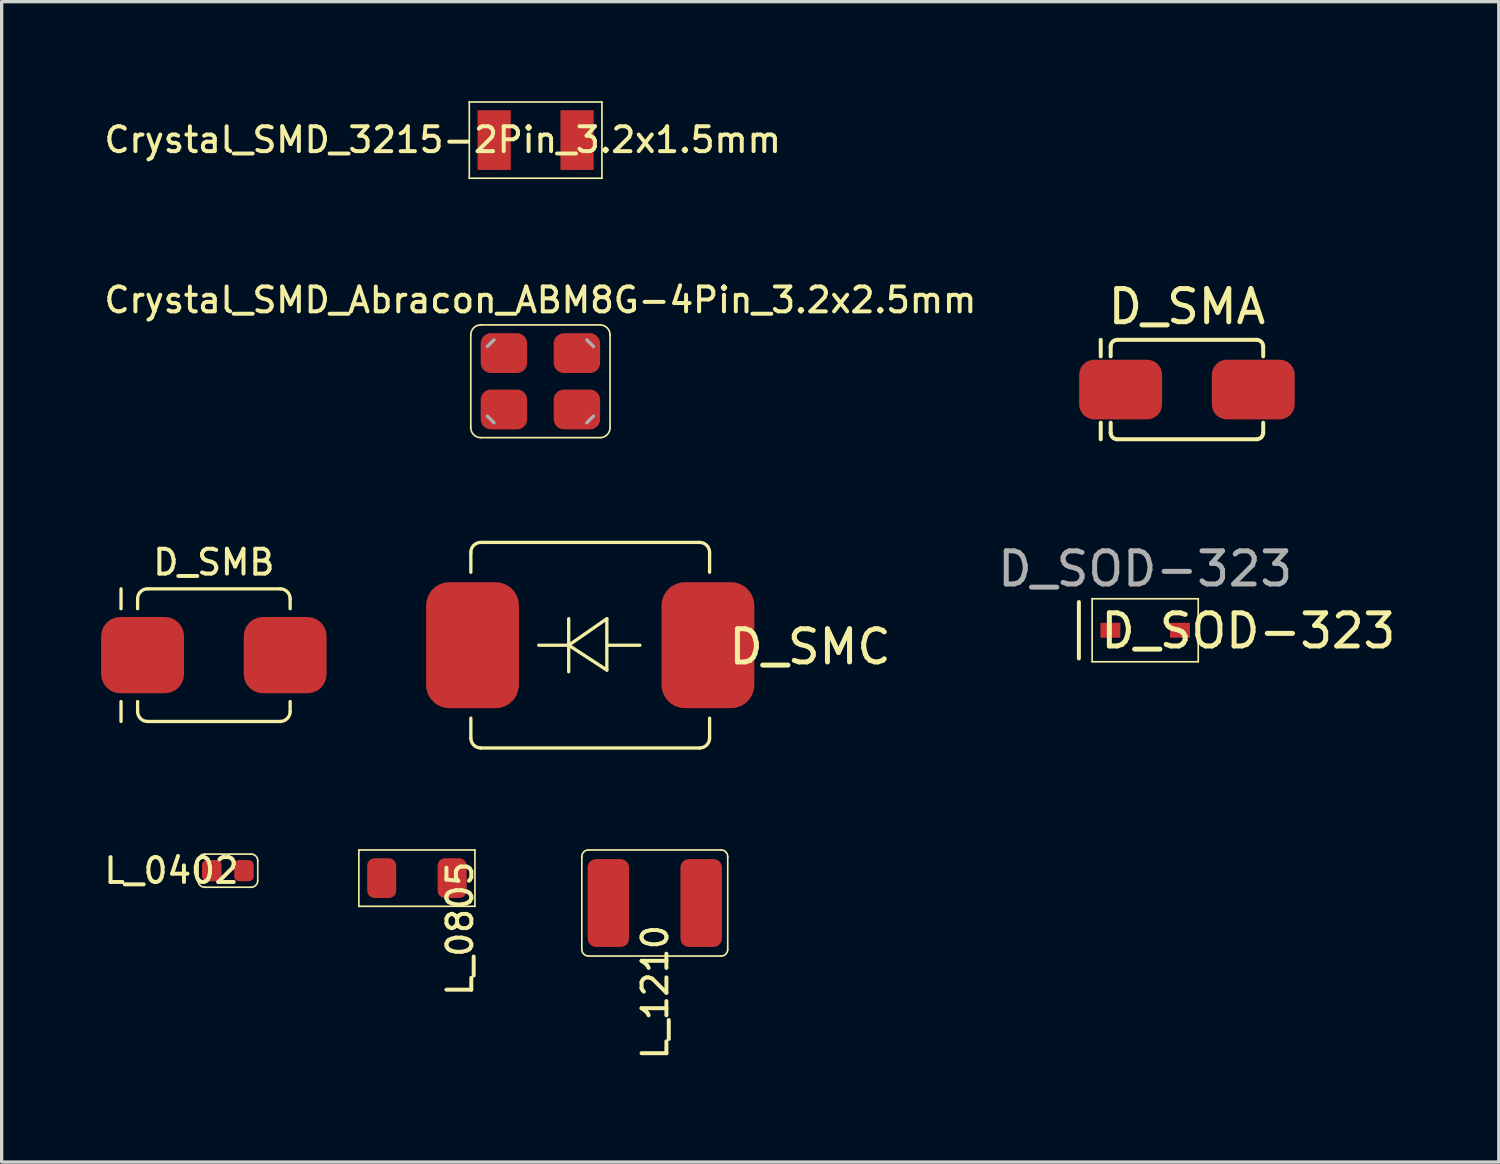
<source format=kicad_pcb>
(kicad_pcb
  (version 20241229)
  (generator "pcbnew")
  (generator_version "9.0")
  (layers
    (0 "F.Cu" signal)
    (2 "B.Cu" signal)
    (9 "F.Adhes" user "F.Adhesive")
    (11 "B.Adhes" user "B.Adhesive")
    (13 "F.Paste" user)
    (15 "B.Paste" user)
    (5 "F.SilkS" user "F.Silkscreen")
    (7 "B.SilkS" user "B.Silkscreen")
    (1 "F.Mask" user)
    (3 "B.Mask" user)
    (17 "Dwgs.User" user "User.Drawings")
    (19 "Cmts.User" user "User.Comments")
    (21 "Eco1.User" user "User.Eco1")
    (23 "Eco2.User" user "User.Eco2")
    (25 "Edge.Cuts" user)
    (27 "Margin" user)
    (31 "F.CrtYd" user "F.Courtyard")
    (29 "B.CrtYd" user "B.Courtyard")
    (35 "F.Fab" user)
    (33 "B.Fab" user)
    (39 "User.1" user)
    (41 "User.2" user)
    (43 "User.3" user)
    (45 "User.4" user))
  (footprint "L_0805"
    (layer "F.Cu")
    (at 9.523 23.433)
    (property "Reference" "L_0805" (at 1.3 1.525 270) (layer "F.SilkS") (effects (font (size 0.75 0.75) (thickness 0.12))))
    (attr smd)
    (fp_line (start -1.75 -0.85) (end 1.75 -0.85) (stroke (width 0.05) (type solid)) (layer "F.SilkS"))
    (fp_line (start -1.75 0.85) (end -1.75 -0.85) (stroke (width 0.05) (type solid)) (layer "F.SilkS"))
    (fp_line (start 1.75 -0.85) (end 1.75 0.85) (stroke (width 0.05) (type solid)) (layer "F.SilkS"))
    (fp_line (start 1.75 0.85) (end -1.75 0.85) (stroke (width 0.05) (type solid)) (layer "F.SilkS"))
    (pad "1" smd roundrect (at -1.062 0) (size 0.875 1.2) (layers "F.Cu" "F.Mask" "F.Paste") (roundrect_rratio 0.25))
    (pad "2" smd roundrect (at 1.062 0) (size 0.875 1.2) (layers "F.Cu" "F.Mask" "F.Paste") (roundrect_rratio 0.25)))
  (footprint "D_SMC"
    (layer "F.Cu")
    (at 14.75 16.408)
    (property "Reference" "D_SMC" (at 6.63 0.05 0) (layer "F.SilkS") (effects (font (size 1 1) (thickness 0.15))))
    (attr smd)
    (fp_line (start -3.6 -2.2) (end -3.6 -2.8) (stroke (width 0.1) (type solid)) (layer "F.SilkS"))
    (fp_line (start -3.6 2.8) (end -3.6 2.2) (stroke (width 0.1) (type solid)) (layer "F.SilkS"))
    (fp_line (start -0.649 -0.799) (end -0.649 0.801) (stroke (width 0.1) (type solid)) (layer "F.SilkS"))
    (fp_line (start -0.649 0.001) (end -1.551 0.001) (stroke (width 0.1) (type solid)) (layer "F.SilkS"))
    (fp_line (start -0.649 0.001) (end 0.501 -0.799) (stroke (width 0.1) (type solid)) (layer "F.SilkS"))
    (fp_line (start -0.649 0.001) (end 0.501 0.75) (stroke (width 0.1) (type solid)) (layer "F.SilkS"))
    (fp_line (start 0.501 0.001) (end 1.499 0.001) (stroke (width 0.1) (type solid)) (layer "F.SilkS"))
    (fp_line (start 0.501 0.75) (end 0.501 -0.799) (stroke (width 0.1) (type solid)) (layer "F.SilkS"))
    (fp_line (start 3.3 -3.1) (end -3.3 -3.1) (stroke (width 0.1) (type solid)) (layer "F.SilkS"))
    (fp_line (start 3.3 3.1) (end -3.3 3.1) (stroke (width 0.1) (type solid)) (layer "F.SilkS"))
    (fp_line (start 3.6 -2.8) (end 3.6 -2.2) (stroke (width 0.1) (type solid)) (layer "F.SilkS"))
    (fp_line (start 3.6 2.2) (end 3.6 2.8) (stroke (width 0.1) (type solid)) (layer "F.SilkS"))
    (fp_arc (start -3.6 -2.8) (mid -3.512132 -3.012132) (end -3.3 -3.1) (stroke (width 0.1) (type solid)) (layer "F.SilkS"))
    (fp_arc (start -3.3 3.1) (mid -3.512132 3.012132) (end -3.6 2.8) (stroke (width 0.1) (type solid)) (layer "F.SilkS"))
    (fp_arc (start 3.3 -3.1) (mid 3.512132 -3.012132) (end 3.6 -2.8) (stroke (width 0.1) (type solid)) (layer "F.SilkS"))
    (fp_arc (start 3.6 2.8) (mid 3.512132 3.012132) (end 3.3 3.1) (stroke (width 0.1) (type solid)) (layer "F.SilkS"))
    (pad "1" smd roundrect (at -3.55 0 90) (size 3.8 2.8) (layers "F.Cu" "F.Mask" "F.Paste") (roundrect_rratio 0.25))
    (pad "2" smd roundrect (at 3.55 0 90) (size 3.8 2.8) (layers "F.Cu" "F.Mask" "F.Paste") (roundrect_rratio 0.25)))
  (footprint "D_SMA"
    (layer "F.Cu")
    (at 32.746 8.698)
    (property "Reference" "D_SMA" (at 0 -2.5 0) (layer "F.SilkS") (effects (font (size 1 1) (thickness 0.15))))
    (attr smd)
    (fp_line (start -2.6 -1) (end -2.6 -1.5) (stroke (width 0.12) (type solid)) (layer "F.SilkS"))
    (fp_line (start -2.6 1) (end -2.6 1.5) (stroke (width 0.12) (type solid)) (layer "F.SilkS"))
    (fp_line (start -2.3 -1) (end -2.3 -1.3) (stroke (width 0.12) (type solid)) (layer "F.SilkS"))
    (fp_line (start -2.3 1.3) (end -2.3 1) (stroke (width 0.12) (type solid)) (layer "F.SilkS"))
    (fp_line (start -2.1 -1.5) (end 2.1 -1.5) (stroke (width 0.12) (type solid)) (layer "F.SilkS"))
    (fp_line (start 2.1 1.5) (end -2.1 1.5) (stroke (width 0.12) (type solid)) (layer "F.SilkS"))
    (fp_line (start 2.3 -1.3) (end 2.3 -1) (stroke (width 0.12) (type solid)) (layer "F.SilkS"))
    (fp_line (start 2.3 1) (end 2.3 1.3) (stroke (width 0.12) (type solid)) (layer "F.SilkS"))
    (fp_arc (start -2.3 -1.3) (mid -2.241421 -1.441421) (end -2.1 -1.5) (stroke (width 0.12) (type solid)) (layer "F.SilkS"))
    (fp_arc (start -2.1 1.5) (mid -2.241421 1.441421) (end -2.3 1.3) (stroke (width 0.12) (type solid)) (layer "F.SilkS"))
    (fp_arc (start 2.1 -1.5) (mid 2.241421 -1.441421) (end 2.3 -1.3) (stroke (width 0.12) (type solid)) (layer "F.SilkS"))
    (fp_arc (start 2.3 1.3) (mid 2.241421 1.441421) (end 2.1 1.5) (stroke (width 0.12) (type solid)) (layer "F.SilkS"))
    (pad "1" smd roundrect (at -2 0) (size 2.5 1.8) (layers "F.Cu" "F.Mask" "F.Paste") (roundrect_rratio 0.25))
    (pad "2" smd roundrect (at 2 0) (size 2.5 1.8) (layers "F.Cu" "F.Mask" "F.Paste") (roundrect_rratio 0.25)))
  (footprint "L_0402"
    (layer "F.Cu")
    (at 3.823 23.208)
    (property "Reference" "L_0402" (at -1.7 0 0) (layer "F.SilkS") (effects (font (size 0.75 0.75) (thickness 0.12))))
    (attr smd)
    (fp_line (start -0.9 0.3) (end -0.9 -0.3) (stroke (width 0.05) (type solid)) (layer "F.SilkS"))
    (fp_line (start -0.7 -0.5) (end 0.7 -0.5) (stroke (width 0.05) (type solid)) (layer "F.SilkS"))
    (fp_line (start 0.7 0.5) (end -0.7 0.5) (stroke (width 0.05) (type solid)) (layer "F.SilkS"))
    (fp_line (start 0.9 -0.3) (end 0.9 0.3) (stroke (width 0.05) (type solid)) (layer "F.SilkS"))
    (fp_arc (start -0.9 -0.3) (mid -0.841421 -0.441421) (end -0.7 -0.5) (stroke (width 0.05) (type solid)) (layer "F.SilkS"))
    (fp_arc (start -0.7 0.5) (mid -0.841421 0.441421) (end -0.9 0.3) (stroke (width 0.05) (type solid)) (layer "F.SilkS"))
    (fp_arc (start 0.7 -0.5) (mid 0.841421 -0.441421) (end 0.9 -0.3) (stroke (width 0.05) (type solid)) (layer "F.SilkS"))
    (fp_arc (start 0.9 0.3) (mid 0.841421 0.441421) (end 0.7 0.5) (stroke (width 0.05) (type solid)) (layer "F.SilkS"))
    (pad "1" smd roundrect (at -0.485 0) (size 0.59 0.64) (layers "F.Cu" "F.Mask" "F.Paste") (roundrect_rratio 0.25))
    (pad "2" smd roundrect (at 0.485 0) (size 0.59 0.64) (layers "F.Cu" "F.Mask" "F.Paste") (roundrect_rratio 0.25)))
  (footprint "L_1210"
    (layer "F.Cu")
    (at 16.697 24.183)
    (property "Reference" "L_1210" (at 0.01 2.69 270) (layer "F.SilkS") (effects (font (size 0.75 0.75) (thickness 0.12))))
    (attr smd)
    (fp_line (start -2.2 1.4) (end -2.2 -1.4) (stroke (width 0.05) (type solid)) (layer "F.SilkS"))
    (fp_line (start -2 -1.6) (end 2 -1.6) (stroke (width 0.05) (type solid)) (layer "F.SilkS"))
    (fp_line (start 2 1.6) (end -2 1.6) (stroke (width 0.05) (type solid)) (layer "F.SilkS"))
    (fp_line (start 2.2 -1.4) (end 2.2 1.4) (stroke (width 0.05) (type solid)) (layer "F.SilkS"))
    (fp_arc (start -2.2 -1.4) (mid -2.141421 -1.541421) (end -2 -1.6) (stroke (width 0.05) (type solid)) (layer "F.SilkS"))
    (fp_arc (start -2 1.6) (mid -2.141421 1.541421) (end -2.2 1.4) (stroke (width 0.05) (type solid)) (layer "F.SilkS"))
    (fp_arc (start 2 -1.6) (mid 2.141421 -1.541421) (end 2.2 -1.4) (stroke (width 0.05) (type solid)) (layer "F.SilkS"))
    (fp_arc (start 2.2 1.4) (mid 2.141421 1.541421) (end 2 1.6) (stroke (width 0.05) (type solid)) (layer "F.SilkS"))
    (pad "1" smd roundrect (at -1.4 0) (size 1.25 2.65) (layers "F.Cu" "F.Mask" "F.Paste") (roundrect_rratio 0.2))
    (pad "2" smd roundrect (at 1.4 0) (size 1.25 2.65) (layers "F.Cu" "F.Mask" "F.Paste") (roundrect_rratio 0.2)))
  (footprint "Crystal_SMD_Abracon_ABM8G-4Pin_3.2x2.5mm"
    (layer "F.Cu")
    (at 13.248 8.449)
    (property "Reference" "Crystal_SMD_Abracon_ABM8G-4Pin_3.2x2.5mm" (at 0 -2.45 180) (layer "F.SilkS") (effects (font (size 0.75 0.75) (thickness 0.12))))
    (attr smd)
    (fp_line (start -2.1 -1.4) (end -2.1 1.4) (stroke (width 0.05) (type solid)) (layer "F.SilkS"))
    (fp_line (start -1.8 1.7) (end 1.8 1.7) (stroke (width 0.05) (type solid)) (layer "F.SilkS"))
    (fp_line (start 1.8 -1.7) (end -1.8 -1.7) (stroke (width 0.05) (type solid)) (layer "F.SilkS"))
    (fp_line (start 2.1 1.4) (end 2.1 -1.4) (stroke (width 0.05) (type solid)) (layer "F.SilkS"))
    (fp_arc (start -2.1 -1.4) (mid -2.012132 -1.612132) (end -1.8 -1.7) (stroke (width 0.05) (type solid)) (layer "F.SilkS"))
    (fp_arc (start -1.8 1.7) (mid -2.012132 1.612132) (end -2.1 1.4) (stroke (width 0.05) (type solid)) (layer "F.SilkS"))
    (fp_arc (start 1.8 -1.7) (mid 2.012132 -1.612132) (end 2.1 -1.4) (stroke (width 0.05) (type solid)) (layer "F.SilkS"))
    (fp_arc (start 2.1 1.4) (mid 2.012132 1.612132) (end 1.8 1.7) (stroke (width 0.05) (type solid)) (layer "F.SilkS"))
    (fp_line (start -1.6 -1.05) (end -1.4 -1.25) (stroke (width 0.1) (type solid)) (layer "F.Fab"))
    (fp_line (start -1.4 1.25) (end -1.6 1.05) (stroke (width 0.1) (type solid)) (layer "F.Fab"))
    (fp_line (start 1.4 -1.25) (end 1.6 -1.05) (stroke (width 0.1) (type solid)) (layer "F.Fab"))
    (fp_line (start 1.6 1.05) (end 1.4 1.25) (stroke (width 0.1) (type solid)) (layer "F.Fab"))
    (pad "1" smd roundrect (at -1.1 0.85) (size 1.4 1.2) (layers "F.Cu" "F.Mask" "F.Paste") (roundrect_rratio 0.25))
    (pad "2" smd roundrect (at 1.1 0.85) (size 1.4 1.2) (layers "F.Cu" "F.Mask" "F.Paste") (roundrect_rratio 0.25))
    (pad "3" smd roundrect (at 1.1 -0.85) (size 1.4 1.2) (layers "F.Cu" "F.Mask" "F.Paste") (roundrect_rratio 0.25))
    (pad "4" smd roundrect (at -1.1 -0.85) (size 1.4 1.2) (layers "F.Cu" "F.Mask" "F.Paste") (roundrect_rratio 0.25)))
  (footprint "D_SMB"
    (layer "F.Cu")
    (at 3.4 16.708)
    (property "Reference" "D_SMB" (at 0 -2.8 180) (layer "F.SilkS") (effects (font (size 0.75 0.75) (thickness 0.12))))
    (attr smd)
    (fp_line (start -2.8 -1.4) (end -2.8 -2) (stroke (width 0.1) (type solid)) (layer "F.SilkS"))
    (fp_line (start -2.8 2) (end -2.8 1.4) (stroke (width 0.1) (type solid)) (layer "F.SilkS"))
    (fp_line (start -2.3 -1.7) (end -2.3 -1.4) (stroke (width 0.1) (type solid)) (layer "F.SilkS"))
    (fp_line (start -2.3 1.7) (end -2.3 1.4) (stroke (width 0.1) (type solid)) (layer "F.SilkS"))
    (fp_line (start 2 -2) (end -2 -2) (stroke (width 0.1) (type solid)) (layer "F.SilkS"))
    (fp_line (start 2 2) (end -2 2) (stroke (width 0.1) (type solid)) (layer "F.SilkS"))
    (fp_line (start 2.3 -1.7) (end 2.3 -1.4) (stroke (width 0.1) (type solid)) (layer "F.SilkS"))
    (fp_line (start 2.3 1.7) (end 2.3 1.4) (stroke (width 0.1) (type solid)) (layer "F.SilkS"))
    (fp_arc (start -2.3 -1.7) (mid -2.212132 -1.912132) (end -2 -2) (stroke (width 0.1) (type solid)) (layer "F.SilkS"))
    (fp_arc (start -2 2) (mid -2.212132 1.912132) (end -2.3 1.7) (stroke (width 0.1) (type solid)) (layer "F.SilkS"))
    (fp_arc (start 2 -2) (mid 2.212132 -1.912132) (end 2.3 -1.7) (stroke (width 0.1) (type solid)) (layer "F.SilkS"))
    (fp_arc (start 2.3 1.7) (mid 2.212132 1.912132) (end 2 2) (stroke (width 0.1) (type solid)) (layer "F.SilkS"))
    (pad "1" smd roundrect (at -2.15 0) (size 2.5 2.3) (layers "F.Cu" "F.Mask" "F.Paste") (roundrect_rratio 0.25))
    (pad "2" smd roundrect (at 2.15 0) (size 2.5 2.3) (layers "F.Cu" "F.Mask" "F.Paste") (roundrect_rratio 0.25)))
  (footprint "D_SOD-323"
    (layer "F.Cu")
    (at 31.487 15.957)
    (property "Reference" "D_SOD-323" (at 3.11 0.02 180) (layer "F.SilkS") (effects (font (size 1 1) (thickness 0.15))))
    (attr smd)
    (fp_line (start -2 -0.85) (end -2 0.85) (stroke (width 0.12) (type solid)) (layer "F.SilkS"))
    (fp_line (start -1.6 -0.95) (end -1.6 0.95) (stroke (width 0.05) (type solid)) (layer "F.SilkS"))
    (fp_line (start -1.6 -0.95) (end 1.6 -0.95) (stroke (width 0.05) (type solid)) (layer "F.SilkS"))
    (fp_line (start -1.6 0.95) (end 1.6 0.95) (stroke (width 0.05) (type solid)) (layer "F.SilkS"))
    (fp_line (start 1.6 -0.95) (end 1.6 0.95) (stroke (width 0.05) (type solid)) (layer "F.SilkS"))
    (fp_text user "${REFERENCE}" (at 0 -1.85 180) (layer "F.Fab") (effects (font (size 1 1) (thickness 0.15))))
    (pad "1" smd rect (at -1.05 0) (size 0.6 0.45) (layers "F.Cu" "F.Mask" "F.Paste"))
    (pad "2" smd rect (at 1.05 0) (size 0.6 0.45) (layers "F.Cu" "F.Mask" "F.Paste")))
  (footprint "Crystal_SMD_3215-2Pin_3.2x1.5mm"
    (layer "F.Cu")
    (at 13.103 1.175)
    (property "Reference" "Crystal_SMD_3215-2Pin_3.2x1.5mm" (at -2.801 -0.008 0) (layer "F.SilkS") (effects (font (size 0.75 0.75) (thickness 0.12))))
    (attr smd)
    (fp_line (start -2 -1.15) (end -2 1.15) (stroke (width 0.05) (type solid)) (layer "F.SilkS"))
    (fp_line (start -2 -1.15) (end 2 -1.15) (stroke (width 0.05) (type solid)) (layer "F.SilkS"))
    (fp_line (start -2 1.15) (end 2 1.15) (stroke (width 0.05) (type solid)) (layer "F.SilkS"))
    (fp_line (start 2 -1.15) (end 2 1.15) (stroke (width 0.05) (type solid)) (layer "F.SilkS"))
    (pad "1" smd rect (at 1.25 0) (size 1 1.8) (layers "F.Cu" "F.Mask" "F.Paste"))
    (pad "2" smd rect (at -1.25 0) (size 1 1.8) (layers "F.Cu" "F.Mask" "F.Paste")))
  (gr_rect
    (start -3 -3)
    (end 42.151 31.996)
    (stroke (width 0.1) (type default))
    (fill no)
    (layer "Edge.Cuts")))
</source>
